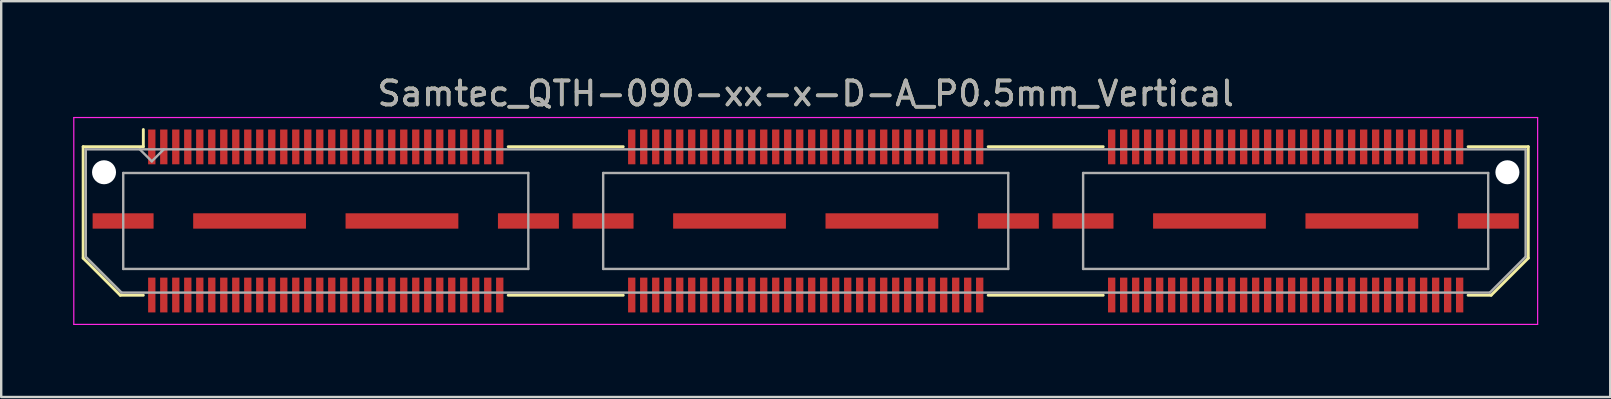
<source format=kicad_pcb>
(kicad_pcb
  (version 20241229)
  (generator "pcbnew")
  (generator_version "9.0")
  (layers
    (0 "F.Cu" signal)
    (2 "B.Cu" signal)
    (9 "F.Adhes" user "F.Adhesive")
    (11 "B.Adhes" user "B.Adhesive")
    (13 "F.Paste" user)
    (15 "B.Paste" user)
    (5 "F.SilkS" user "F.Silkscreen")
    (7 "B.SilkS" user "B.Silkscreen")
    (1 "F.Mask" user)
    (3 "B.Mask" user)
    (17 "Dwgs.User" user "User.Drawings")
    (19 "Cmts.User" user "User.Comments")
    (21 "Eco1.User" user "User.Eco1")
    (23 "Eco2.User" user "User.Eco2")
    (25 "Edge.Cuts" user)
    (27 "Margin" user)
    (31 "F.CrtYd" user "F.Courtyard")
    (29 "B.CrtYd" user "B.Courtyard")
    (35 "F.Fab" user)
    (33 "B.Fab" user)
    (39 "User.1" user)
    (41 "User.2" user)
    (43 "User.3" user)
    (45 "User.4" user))
  (footprint "Samtec_QTH-090-xx-x-D-A_P0.5mm_Vertical"
    (layer "F.Cu")
    (at 30.525 6.158)
    (property "Reference" "Samtec_QTH-090-xx-x-D-A_P0.5mm_Vertical" (at 0 -5.31 0) (layer "F.SilkS") (effects (font (size 1 1) (thickness 0.15))))
    (attr smd)
    (fp_line (start -30.11 -3.095) (end -30.11 1.548) (stroke (width 0.12) (type solid)) (layer "F.SilkS"))
    (fp_line (start -30.11 1.548) (end -28.562 3.095) (stroke (width 0.12) (type solid)) (layer "F.SilkS"))
    (fp_line (start -28.562 3.095) (end -27.602 3.095) (stroke (width 0.12) (type solid)) (layer "F.SilkS"))
    (fp_line (start -27.602 -3.811) (end -27.602 -3.095) (stroke (width 0.12) (type solid)) (layer "F.SilkS"))
    (fp_line (start -27.602 -3.095) (end -30.11 -3.095) (stroke (width 0.12) (type solid)) (layer "F.SilkS"))
    (fp_line (start -12.398 -3.095) (end -7.603 -3.095) (stroke (width 0.12) (type solid)) (layer "F.SilkS"))
    (fp_line (start -12.398 3.095) (end -7.603 3.095) (stroke (width 0.12) (type solid)) (layer "F.SilkS"))
    (fp_line (start 7.603 -3.095) (end 12.398 -3.095) (stroke (width 0.12) (type solid)) (layer "F.SilkS"))
    (fp_line (start 7.603 3.095) (end 12.398 3.095) (stroke (width 0.12) (type solid)) (layer "F.SilkS"))
    (fp_line (start 27.602 -3.095) (end 30.11 -3.095) (stroke (width 0.12) (type solid)) (layer "F.SilkS"))
    (fp_line (start 28.562 3.095) (end 27.602 3.095) (stroke (width 0.12) (type solid)) (layer "F.SilkS"))
    (fp_line (start 30.11 -3.095) (end 30.11 1.548) (stroke (width 0.12) (type solid)) (layer "F.SilkS"))
    (fp_line (start 30.11 1.548) (end 28.562 3.095) (stroke (width 0.12) (type solid)) (layer "F.SilkS"))
    (fp_line (start -30.5 -4.31) (end -30.5 4.31) (stroke (width 0.05) (type solid)) (layer "F.CrtYd"))
    (fp_line (start -30.5 4.31) (end 30.5 4.31) (stroke (width 0.05) (type solid)) (layer "F.CrtYd"))
    (fp_line (start 30.5 -4.31) (end -30.5 -4.31) (stroke (width 0.05) (type solid)) (layer "F.CrtYd"))
    (fp_line (start 30.5 4.31) (end 30.5 -4.31) (stroke (width 0.05) (type solid)) (layer "F.CrtYd"))
    (fp_line (start -30 -2.985) (end -30 1.492) (stroke (width 0.1) (type solid)) (layer "F.Fab"))
    (fp_line (start -30 -2.985) (end 30 -2.985) (stroke (width 0.1) (type solid)) (layer "F.Fab"))
    (fp_line (start -30 1.492) (end -28.508 2.985) (stroke (width 0.1) (type solid)) (layer "F.Fab"))
    (fp_line (start -28.508 2.985) (end 28.508 2.985) (stroke (width 0.1) (type solid)) (layer "F.Fab"))
    (fp_line (start -28.44 -2) (end -28.44 2) (stroke (width 0.1) (type solid)) (layer "F.Fab"))
    (fp_line (start -28.44 2) (end -11.56 2) (stroke (width 0.1) (type solid)) (layer "F.Fab"))
    (fp_line (start -27.25 -2.485) (end -27.75 -2.985) (stroke (width 0.1) (type solid)) (layer "F.Fab"))
    (fp_line (start -26.75 -2.985) (end -27.25 -2.485) (stroke (width 0.1) (type solid)) (layer "F.Fab"))
    (fp_line (start -11.56 -2) (end -28.44 -2) (stroke (width 0.1) (type solid)) (layer "F.Fab"))
    (fp_line (start -11.56 2) (end -11.56 -2) (stroke (width 0.1) (type solid)) (layer "F.Fab"))
    (fp_line (start -8.44 -2) (end -8.44 2) (stroke (width 0.1) (type solid)) (layer "F.Fab"))
    (fp_line (start -8.44 2) (end 8.44 2) (stroke (width 0.1) (type solid)) (layer "F.Fab"))
    (fp_line (start 8.44 -2) (end -8.44 -2) (stroke (width 0.1) (type solid)) (layer "F.Fab"))
    (fp_line (start 8.44 2) (end 8.44 -2) (stroke (width 0.1) (type solid)) (layer "F.Fab"))
    (fp_line (start 11.56 -2) (end 11.56 2) (stroke (width 0.1) (type solid)) (layer "F.Fab"))
    (fp_line (start 11.56 2) (end 28.44 2) (stroke (width 0.1) (type solid)) (layer "F.Fab"))
    (fp_line (start 28.44 -2) (end 11.56 -2) (stroke (width 0.1) (type solid)) (layer "F.Fab"))
    (fp_line (start 28.44 2) (end 28.44 -2) (stroke (width 0.1) (type solid)) (layer "F.Fab"))
    (fp_line (start 30 -2.985) (end 30 1.492) (stroke (width 0.1) (type solid)) (layer "F.Fab"))
    (fp_line (start 30 1.492) (end 28.508 2.985) (stroke (width 0.1) (type solid)) (layer "F.Fab"))
    (fp_text user "${REFERENCE}" (at 0 -5.31 0) (layer "F.Fab") (effects (font (size 1 1) (thickness 0.15))))
    (pad "" np_thru_hole circle (at -29.24 -2.03) (size 1 1) (drill 1) (layers "*.Cu" "*.Mask"))
    (pad "" np_thru_hole circle (at 29.24 -2.03) (size 1 1) (drill 1) (layers "*.Cu" "*.Mask"))
    (pad "1" smd rect (at -27.25 -3.086) (size 0.305 1.45) (layers "F.Cu" "F.Mask" "F.Paste"))
    (pad "2" smd rect (at -27.25 3.086) (size 0.305 1.45) (layers "F.Cu" "F.Mask" "F.Paste"))
    (pad "3" smd rect (at -26.75 -3.086) (size 0.305 1.45) (layers "F.Cu" "F.Mask" "F.Paste"))
    (pad "4" smd rect (at -26.75 3.086) (size 0.305 1.45) (layers "F.Cu" "F.Mask" "F.Paste"))
    (pad "5" smd rect (at -26.25 -3.086) (size 0.305 1.45) (layers "F.Cu" "F.Mask" "F.Paste"))
    (pad "6" smd rect (at -26.25 3.086) (size 0.305 1.45) (layers "F.Cu" "F.Mask" "F.Paste"))
    (pad "7" smd rect (at -25.75 -3.086) (size 0.305 1.45) (layers "F.Cu" "F.Mask" "F.Paste"))
    (pad "8" smd rect (at -25.75 3.086) (size 0.305 1.45) (layers "F.Cu" "F.Mask" "F.Paste"))
    (pad "9" smd rect (at -25.25 -3.086) (size 0.305 1.45) (layers "F.Cu" "F.Mask" "F.Paste"))
    (pad "10" smd rect (at -25.25 3.086) (size 0.305 1.45) (layers "F.Cu" "F.Mask" "F.Paste"))
    (pad "11" smd rect (at -24.75 -3.086) (size 0.305 1.45) (layers "F.Cu" "F.Mask" "F.Paste"))
    (pad "12" smd rect (at -24.75 3.086) (size 0.305 1.45) (layers "F.Cu" "F.Mask" "F.Paste"))
    (pad "13" smd rect (at -24.25 -3.086) (size 0.305 1.45) (layers "F.Cu" "F.Mask" "F.Paste"))
    (pad "14" smd rect (at -24.25 3.086) (size 0.305 1.45) (layers "F.Cu" "F.Mask" "F.Paste"))
    (pad "15" smd rect (at -23.75 -3.086) (size 0.305 1.45) (layers "F.Cu" "F.Mask" "F.Paste"))
    (pad "16" smd rect (at -23.75 3.086) (size 0.305 1.45) (layers "F.Cu" "F.Mask" "F.Paste"))
    (pad "17" smd rect (at -23.25 -3.086) (size 0.305 1.45) (layers "F.Cu" "F.Mask" "F.Paste"))
    (pad "18" smd rect (at -23.25 3.086) (size 0.305 1.45) (layers "F.Cu" "F.Mask" "F.Paste"))
    (pad "19" smd rect (at -22.75 -3.086) (size 0.305 1.45) (layers "F.Cu" "F.Mask" "F.Paste"))
    (pad "20" smd rect (at -22.75 3.086) (size 0.305 1.45) (layers "F.Cu" "F.Mask" "F.Paste"))
    (pad "21" smd rect (at -22.25 -3.086) (size 0.305 1.45) (layers "F.Cu" "F.Mask" "F.Paste"))
    (pad "22" smd rect (at -22.25 3.086) (size 0.305 1.45) (layers "F.Cu" "F.Mask" "F.Paste"))
    (pad "23" smd rect (at -21.75 -3.086) (size 0.305 1.45) (layers "F.Cu" "F.Mask" "F.Paste"))
    (pad "24" smd rect (at -21.75 3.086) (size 0.305 1.45) (layers "F.Cu" "F.Mask" "F.Paste"))
    (pad "25" smd rect (at -21.25 -3.086) (size 0.305 1.45) (layers "F.Cu" "F.Mask" "F.Paste"))
    (pad "26" smd rect (at -21.25 3.086) (size 0.305 1.45) (layers "F.Cu" "F.Mask" "F.Paste"))
    (pad "27" smd rect (at -20.75 -3.086) (size 0.305 1.45) (layers "F.Cu" "F.Mask" "F.Paste"))
    (pad "28" smd rect (at -20.75 3.086) (size 0.305 1.45) (layers "F.Cu" "F.Mask" "F.Paste"))
    (pad "29" smd rect (at -20.25 -3.086) (size 0.305 1.45) (layers "F.Cu" "F.Mask" "F.Paste"))
    (pad "30" smd rect (at -20.25 3.086) (size 0.305 1.45) (layers "F.Cu" "F.Mask" "F.Paste"))
    (pad "31" smd rect (at -19.75 -3.086) (size 0.305 1.45) (layers "F.Cu" "F.Mask" "F.Paste"))
    (pad "32" smd rect (at -19.75 3.086) (size 0.305 1.45) (layers "F.Cu" "F.Mask" "F.Paste"))
    (pad "33" smd rect (at -19.25 -3.086) (size 0.305 1.45) (layers "F.Cu" "F.Mask" "F.Paste"))
    (pad "34" smd rect (at -19.25 3.086) (size 0.305 1.45) (layers "F.Cu" "F.Mask" "F.Paste"))
    (pad "35" smd rect (at -18.75 -3.086) (size 0.305 1.45) (layers "F.Cu" "F.Mask" "F.Paste"))
    (pad "36" smd rect (at -18.75 3.086) (size 0.305 1.45) (layers "F.Cu" "F.Mask" "F.Paste"))
    (pad "37" smd rect (at -18.25 -3.086) (size 0.305 1.45) (layers "F.Cu" "F.Mask" "F.Paste"))
    (pad "38" smd rect (at -18.25 3.086) (size 0.305 1.45) (layers "F.Cu" "F.Mask" "F.Paste"))
    (pad "39" smd rect (at -17.75 -3.086) (size 0.305 1.45) (layers "F.Cu" "F.Mask" "F.Paste"))
    (pad "40" smd rect (at -17.75 3.086) (size 0.305 1.45) (layers "F.Cu" "F.Mask" "F.Paste"))
    (pad "41" smd rect (at -17.25 -3.086) (size 0.305 1.45) (layers "F.Cu" "F.Mask" "F.Paste"))
    (pad "42" smd rect (at -17.25 3.086) (size 0.305 1.45) (layers "F.Cu" "F.Mask" "F.Paste"))
    (pad "43" smd rect (at -16.75 -3.086) (size 0.305 1.45) (layers "F.Cu" "F.Mask" "F.Paste"))
    (pad "44" smd rect (at -16.75 3.086) (size 0.305 1.45) (layers "F.Cu" "F.Mask" "F.Paste"))
    (pad "45" smd rect (at -16.25 -3.086) (size 0.305 1.45) (layers "F.Cu" "F.Mask" "F.Paste"))
    (pad "46" smd rect (at -16.25 3.086) (size 0.305 1.45) (layers "F.Cu" "F.Mask" "F.Paste"))
    (pad "47" smd rect (at -15.75 -3.086) (size 0.305 1.45) (layers "F.Cu" "F.Mask" "F.Paste"))
    (pad "48" smd rect (at -15.75 3.086) (size 0.305 1.45) (layers "F.Cu" "F.Mask" "F.Paste"))
    (pad "49" smd rect (at -15.25 -3.086) (size 0.305 1.45) (layers "F.Cu" "F.Mask" "F.Paste"))
    (pad "50" smd rect (at -15.25 3.086) (size 0.305 1.45) (layers "F.Cu" "F.Mask" "F.Paste"))
    (pad "51" smd rect (at -14.75 -3.086) (size 0.305 1.45) (layers "F.Cu" "F.Mask" "F.Paste"))
    (pad "52" smd rect (at -14.75 3.086) (size 0.305 1.45) (layers "F.Cu" "F.Mask" "F.Paste"))
    (pad "53" smd rect (at -14.25 -3.086) (size 0.305 1.45) (layers "F.Cu" "F.Mask" "F.Paste"))
    (pad "54" smd rect (at -14.25 3.086) (size 0.305 1.45) (layers "F.Cu" "F.Mask" "F.Paste"))
    (pad "55" smd rect (at -13.75 -3.086) (size 0.305 1.45) (layers "F.Cu" "F.Mask" "F.Paste"))
    (pad "56" smd rect (at -13.75 3.086) (size 0.305 1.45) (layers "F.Cu" "F.Mask" "F.Paste"))
    (pad "57" smd rect (at -13.25 -3.086) (size 0.305 1.45) (layers "F.Cu" "F.Mask" "F.Paste"))
    (pad "58" smd rect (at -13.25 3.086) (size 0.305 1.45) (layers "F.Cu" "F.Mask" "F.Paste"))
    (pad "59" smd rect (at -12.75 -3.086) (size 0.305 1.45) (layers "F.Cu" "F.Mask" "F.Paste"))
    (pad "60" smd rect (at -12.75 3.086) (size 0.305 1.45) (layers "F.Cu" "F.Mask" "F.Paste"))
    (pad "61" smd rect (at -7.25 -3.086) (size 0.305 1.45) (layers "F.Cu" "F.Mask" "F.Paste"))
    (pad "62" smd rect (at -7.25 3.086) (size 0.305 1.45) (layers "F.Cu" "F.Mask" "F.Paste"))
    (pad "63" smd rect (at -6.75 -3.086) (size 0.305 1.45) (layers "F.Cu" "F.Mask" "F.Paste"))
    (pad "64" smd rect (at -6.75 3.086) (size 0.305 1.45) (layers "F.Cu" "F.Mask" "F.Paste"))
    (pad "65" smd rect (at -6.25 -3.086) (size 0.305 1.45) (layers "F.Cu" "F.Mask" "F.Paste"))
    (pad "66" smd rect (at -6.25 3.086) (size 0.305 1.45) (layers "F.Cu" "F.Mask" "F.Paste"))
    (pad "67" smd rect (at -5.75 -3.086) (size 0.305 1.45) (layers "F.Cu" "F.Mask" "F.Paste"))
    (pad "68" smd rect (at -5.75 3.086) (size 0.305 1.45) (layers "F.Cu" "F.Mask" "F.Paste"))
    (pad "69" smd rect (at -5.25 -3.086) (size 0.305 1.45) (layers "F.Cu" "F.Mask" "F.Paste"))
    (pad "70" smd rect (at -5.25 3.086) (size 0.305 1.45) (layers "F.Cu" "F.Mask" "F.Paste"))
    (pad "71" smd rect (at -4.75 -3.086) (size 0.305 1.45) (layers "F.Cu" "F.Mask" "F.Paste"))
    (pad "72" smd rect (at -4.75 3.086) (size 0.305 1.45) (layers "F.Cu" "F.Mask" "F.Paste"))
    (pad "73" smd rect (at -4.25 -3.086) (size 0.305 1.45) (layers "F.Cu" "F.Mask" "F.Paste"))
    (pad "74" smd rect (at -4.25 3.086) (size 0.305 1.45) (layers "F.Cu" "F.Mask" "F.Paste"))
    (pad "75" smd rect (at -3.75 -3.086) (size 0.305 1.45) (layers "F.Cu" "F.Mask" "F.Paste"))
    (pad "76" smd rect (at -3.75 3.086) (size 0.305 1.45) (layers "F.Cu" "F.Mask" "F.Paste"))
    (pad "77" smd rect (at -3.25 -3.086) (size 0.305 1.45) (layers "F.Cu" "F.Mask" "F.Paste"))
    (pad "78" smd rect (at -3.25 3.086) (size 0.305 1.45) (layers "F.Cu" "F.Mask" "F.Paste"))
    (pad "79" smd rect (at -2.75 -3.086) (size 0.305 1.45) (layers "F.Cu" "F.Mask" "F.Paste"))
    (pad "80" smd rect (at -2.75 3.086) (size 0.305 1.45) (layers "F.Cu" "F.Mask" "F.Paste"))
    (pad "81" smd rect (at -2.25 -3.086) (size 0.305 1.45) (layers "F.Cu" "F.Mask" "F.Paste"))
    (pad "82" smd rect (at -2.25 3.086) (size 0.305 1.45) (layers "F.Cu" "F.Mask" "F.Paste"))
    (pad "83" smd rect (at -1.75 -3.086) (size 0.305 1.45) (layers "F.Cu" "F.Mask" "F.Paste"))
    (pad "84" smd rect (at -1.75 3.086) (size 0.305 1.45) (layers "F.Cu" "F.Mask" "F.Paste"))
    (pad "85" smd rect (at -1.25 -3.086) (size 0.305 1.45) (layers "F.Cu" "F.Mask" "F.Paste"))
    (pad "86" smd rect (at -1.25 3.086) (size 0.305 1.45) (layers "F.Cu" "F.Mask" "F.Paste"))
    (pad "87" smd rect (at -0.75 -3.086) (size 0.305 1.45) (layers "F.Cu" "F.Mask" "F.Paste"))
    (pad "88" smd rect (at -0.75 3.086) (size 0.305 1.45) (layers "F.Cu" "F.Mask" "F.Paste"))
    (pad "89" smd rect (at -0.25 -3.086) (size 0.305 1.45) (layers "F.Cu" "F.Mask" "F.Paste"))
    (pad "90" smd rect (at -0.25 3.086) (size 0.305 1.45) (layers "F.Cu" "F.Mask" "F.Paste"))
    (pad "91" smd rect (at 0.25 -3.086) (size 0.305 1.45) (layers "F.Cu" "F.Mask" "F.Paste"))
    (pad "92" smd rect (at 0.25 3.086) (size 0.305 1.45) (layers "F.Cu" "F.Mask" "F.Paste"))
    (pad "93" smd rect (at 0.75 -3.086) (size 0.305 1.45) (layers "F.Cu" "F.Mask" "F.Paste"))
    (pad "94" smd rect (at 0.75 3.086) (size 0.305 1.45) (layers "F.Cu" "F.Mask" "F.Paste"))
    (pad "95" smd rect (at 1.25 -3.086) (size 0.305 1.45) (layers "F.Cu" "F.Mask" "F.Paste"))
    (pad "96" smd rect (at 1.25 3.086) (size 0.305 1.45) (layers "F.Cu" "F.Mask" "F.Paste"))
    (pad "97" smd rect (at 1.75 -3.086) (size 0.305 1.45) (layers "F.Cu" "F.Mask" "F.Paste"))
    (pad "98" smd rect (at 1.75 3.086) (size 0.305 1.45) (layers "F.Cu" "F.Mask" "F.Paste"))
    (pad "99" smd rect (at 2.25 -3.086) (size 0.305 1.45) (layers "F.Cu" "F.Mask" "F.Paste"))
    (pad "100" smd rect (at 2.25 3.086) (size 0.305 1.45) (layers "F.Cu" "F.Mask" "F.Paste"))
    (pad "101" smd rect (at 2.75 -3.086) (size 0.305 1.45) (layers "F.Cu" "F.Mask" "F.Paste"))
    (pad "102" smd rect (at 2.75 3.086) (size 0.305 1.45) (layers "F.Cu" "F.Mask" "F.Paste"))
    (pad "103" smd rect (at 3.25 -3.086) (size 0.305 1.45) (layers "F.Cu" "F.Mask" "F.Paste"))
    (pad "104" smd rect (at 3.25 3.086) (size 0.305 1.45) (layers "F.Cu" "F.Mask" "F.Paste"))
    (pad "105" smd rect (at 3.75 -3.086) (size 0.305 1.45) (layers "F.Cu" "F.Mask" "F.Paste"))
    (pad "106" smd rect (at 3.75 3.086) (size 0.305 1.45) (layers "F.Cu" "F.Mask" "F.Paste"))
    (pad "107" smd rect (at 4.25 -3.086) (size 0.305 1.45) (layers "F.Cu" "F.Mask" "F.Paste"))
    (pad "108" smd rect (at 4.25 3.086) (size 0.305 1.45) (layers "F.Cu" "F.Mask" "F.Paste"))
    (pad "109" smd rect (at 4.75 -3.086) (size 0.305 1.45) (layers "F.Cu" "F.Mask" "F.Paste"))
    (pad "110" smd rect (at 4.75 3.086) (size 0.305 1.45) (layers "F.Cu" "F.Mask" "F.Paste"))
    (pad "111" smd rect (at 5.25 -3.086) (size 0.305 1.45) (layers "F.Cu" "F.Mask" "F.Paste"))
    (pad "112" smd rect (at 5.25 3.086) (size 0.305 1.45) (layers "F.Cu" "F.Mask" "F.Paste"))
    (pad "113" smd rect (at 5.75 -3.086) (size 0.305 1.45) (layers "F.Cu" "F.Mask" "F.Paste"))
    (pad "114" smd rect (at 5.75 3.086) (size 0.305 1.45) (layers "F.Cu" "F.Mask" "F.Paste"))
    (pad "115" smd rect (at 6.25 -3.086) (size 0.305 1.45) (layers "F.Cu" "F.Mask" "F.Paste"))
    (pad "116" smd rect (at 6.25 3.086) (size 0.305 1.45) (layers "F.Cu" "F.Mask" "F.Paste"))
    (pad "117" smd rect (at 6.75 -3.086) (size 0.305 1.45) (layers "F.Cu" "F.Mask" "F.Paste"))
    (pad "118" smd rect (at 6.75 3.086) (size 0.305 1.45) (layers "F.Cu" "F.Mask" "F.Paste"))
    (pad "119" smd rect (at 7.25 -3.086) (size 0.305 1.45) (layers "F.Cu" "F.Mask" "F.Paste"))
    (pad "120" smd rect (at 7.25 3.086) (size 0.305 1.45) (layers "F.Cu" "F.Mask" "F.Paste"))
    (pad "121" smd rect (at 12.75 -3.086) (size 0.305 1.45) (layers "F.Cu" "F.Mask" "F.Paste"))
    (pad "122" smd rect (at 12.75 3.086) (size 0.305 1.45) (layers "F.Cu" "F.Mask" "F.Paste"))
    (pad "123" smd rect (at 13.25 -3.086) (size 0.305 1.45) (layers "F.Cu" "F.Mask" "F.Paste"))
    (pad "124" smd rect (at 13.25 3.086) (size 0.305 1.45) (layers "F.Cu" "F.Mask" "F.Paste"))
    (pad "125" smd rect (at 13.75 -3.086) (size 0.305 1.45) (layers "F.Cu" "F.Mask" "F.Paste"))
    (pad "126" smd rect (at 13.75 3.086) (size 0.305 1.45) (layers "F.Cu" "F.Mask" "F.Paste"))
    (pad "127" smd rect (at 14.25 -3.086) (size 0.305 1.45) (layers "F.Cu" "F.Mask" "F.Paste"))
    (pad "128" smd rect (at 14.25 3.086) (size 0.305 1.45) (layers "F.Cu" "F.Mask" "F.Paste"))
    (pad "129" smd rect (at 14.75 -3.086) (size 0.305 1.45) (layers "F.Cu" "F.Mask" "F.Paste"))
    (pad "130" smd rect (at 14.75 3.086) (size 0.305 1.45) (layers "F.Cu" "F.Mask" "F.Paste"))
    (pad "131" smd rect (at 15.25 -3.086) (size 0.305 1.45) (layers "F.Cu" "F.Mask" "F.Paste"))
    (pad "132" smd rect (at 15.25 3.086) (size 0.305 1.45) (layers "F.Cu" "F.Mask" "F.Paste"))
    (pad "133" smd rect (at 15.75 -3.086) (size 0.305 1.45) (layers "F.Cu" "F.Mask" "F.Paste"))
    (pad "134" smd rect (at 15.75 3.086) (size 0.305 1.45) (layers "F.Cu" "F.Mask" "F.Paste"))
    (pad "135" smd rect (at 16.25 -3.086) (size 0.305 1.45) (layers "F.Cu" "F.Mask" "F.Paste"))
    (pad "136" smd rect (at 16.25 3.086) (size 0.305 1.45) (layers "F.Cu" "F.Mask" "F.Paste"))
    (pad "137" smd rect (at 16.75 -3.086) (size 0.305 1.45) (layers "F.Cu" "F.Mask" "F.Paste"))
    (pad "138" smd rect (at 16.75 3.086) (size 0.305 1.45) (layers "F.Cu" "F.Mask" "F.Paste"))
    (pad "139" smd rect (at 17.25 -3.086) (size 0.305 1.45) (layers "F.Cu" "F.Mask" "F.Paste"))
    (pad "140" smd rect (at 17.25 3.086) (size 0.305 1.45) (layers "F.Cu" "F.Mask" "F.Paste"))
    (pad "141" smd rect (at 17.75 -3.086) (size 0.305 1.45) (layers "F.Cu" "F.Mask" "F.Paste"))
    (pad "142" smd rect (at 17.75 3.086) (size 0.305 1.45) (layers "F.Cu" "F.Mask" "F.Paste"))
    (pad "143" smd rect (at 18.25 -3.086) (size 0.305 1.45) (layers "F.Cu" "F.Mask" "F.Paste"))
    (pad "144" smd rect (at 18.25 3.086) (size 0.305 1.45) (layers "F.Cu" "F.Mask" "F.Paste"))
    (pad "145" smd rect (at 18.75 -3.086) (size 0.305 1.45) (layers "F.Cu" "F.Mask" "F.Paste"))
    (pad "146" smd rect (at 18.75 3.086) (size 0.305 1.45) (layers "F.Cu" "F.Mask" "F.Paste"))
    (pad "147" smd rect (at 19.25 -3.086) (size 0.305 1.45) (layers "F.Cu" "F.Mask" "F.Paste"))
    (pad "148" smd rect (at 19.25 3.086) (size 0.305 1.45) (layers "F.Cu" "F.Mask" "F.Paste"))
    (pad "149" smd rect (at 19.75 -3.086) (size 0.305 1.45) (layers "F.Cu" "F.Mask" "F.Paste"))
    (pad "150" smd rect (at 19.75 3.086) (size 0.305 1.45) (layers "F.Cu" "F.Mask" "F.Paste"))
    (pad "151" smd rect (at 20.25 -3.086) (size 0.305 1.45) (layers "F.Cu" "F.Mask" "F.Paste"))
    (pad "152" smd rect (at 20.25 3.086) (size 0.305 1.45) (layers "F.Cu" "F.Mask" "F.Paste"))
    (pad "153" smd rect (at 20.75 -3.086) (size 0.305 1.45) (layers "F.Cu" "F.Mask" "F.Paste"))
    (pad "154" smd rect (at 20.75 3.086) (size 0.305 1.45) (layers "F.Cu" "F.Mask" "F.Paste"))
    (pad "155" smd rect (at 21.25 -3.086) (size 0.305 1.45) (layers "F.Cu" "F.Mask" "F.Paste"))
    (pad "156" smd rect (at 21.25 3.086) (size 0.305 1.45) (layers "F.Cu" "F.Mask" "F.Paste"))
    (pad "157" smd rect (at 21.75 -3.086) (size 0.305 1.45) (layers "F.Cu" "F.Mask" "F.Paste"))
    (pad "158" smd rect (at 21.75 3.086) (size 0.305 1.45) (layers "F.Cu" "F.Mask" "F.Paste"))
    (pad "159" smd rect (at 22.25 -3.086) (size 0.305 1.45) (layers "F.Cu" "F.Mask" "F.Paste"))
    (pad "160" smd rect (at 22.25 3.086) (size 0.305 1.45) (layers "F.Cu" "F.Mask" "F.Paste"))
    (pad "161" smd rect (at 22.75 -3.086) (size 0.305 1.45) (layers "F.Cu" "F.Mask" "F.Paste"))
    (pad "162" smd rect (at 22.75 3.086) (size 0.305 1.45) (layers "F.Cu" "F.Mask" "F.Paste"))
    (pad "163" smd rect (at 23.25 -3.086) (size 0.305 1.45) (layers "F.Cu" "F.Mask" "F.Paste"))
    (pad "164" smd rect (at 23.25 3.086) (size 0.305 1.45) (layers "F.Cu" "F.Mask" "F.Paste"))
    (pad "165" smd rect (at 23.75 -3.086) (size 0.305 1.45) (layers "F.Cu" "F.Mask" "F.Paste"))
    (pad "166" smd rect (at 23.75 3.086) (size 0.305 1.45) (layers "F.Cu" "F.Mask" "F.Paste"))
    (pad "167" smd rect (at 24.25 -3.086) (size 0.305 1.45) (layers "F.Cu" "F.Mask" "F.Paste"))
    (pad "168" smd rect (at 24.25 3.086) (size 0.305 1.45) (layers "F.Cu" "F.Mask" "F.Paste"))
    (pad "169" smd rect (at 24.75 -3.086) (size 0.305 1.45) (layers "F.Cu" "F.Mask" "F.Paste"))
    (pad "170" smd rect (at 24.75 3.086) (size 0.305 1.45) (layers "F.Cu" "F.Mask" "F.Paste"))
    (pad "171" smd rect (at 25.25 -3.086) (size 0.305 1.45) (layers "F.Cu" "F.Mask" "F.Paste"))
    (pad "172" smd rect (at 25.25 3.086) (size 0.305 1.45) (layers "F.Cu" "F.Mask" "F.Paste"))
    (pad "173" smd rect (at 25.75 -3.086) (size 0.305 1.45) (layers "F.Cu" "F.Mask" "F.Paste"))
    (pad "174" smd rect (at 25.75 3.086) (size 0.305 1.45) (layers "F.Cu" "F.Mask" "F.Paste"))
    (pad "175" smd rect (at 26.25 -3.086) (size 0.305 1.45) (layers "F.Cu" "F.Mask" "F.Paste"))
    (pad "176" smd rect (at 26.25 3.086) (size 0.305 1.45) (layers "F.Cu" "F.Mask" "F.Paste"))
    (pad "177" smd rect (at 26.75 -3.086) (size 0.305 1.45) (layers "F.Cu" "F.Mask" "F.Paste"))
    (pad "178" smd rect (at 26.75 3.086) (size 0.305 1.45) (layers "F.Cu" "F.Mask" "F.Paste"))
    (pad "179" smd rect (at 27.25 -3.086) (size 0.305 1.45) (layers "F.Cu" "F.Mask" "F.Paste"))
    (pad "180" smd rect (at 27.25 3.086) (size 0.305 1.45) (layers "F.Cu" "F.Mask" "F.Paste"))
    (pad "P1" smd rect (at -28.445 0) (size 2.54 0.64) (layers "F.Cu" "F.Mask" "F.Paste"))
    (pad "P1" smd rect (at -23.175 0) (size 4.7 0.64) (layers "F.Cu" "F.Mask" "F.Paste"))
    (pad "P1" smd rect (at -16.825 0) (size 4.7 0.64) (layers "F.Cu" "F.Mask" "F.Paste"))
    (pad "P1" smd rect (at -11.555 0) (size 2.54 0.64) (layers "F.Cu" "F.Mask" "F.Paste"))
    (pad "P2" smd rect (at -8.445 0) (size 2.54 0.64) (layers "F.Cu" "F.Mask" "F.Paste"))
    (pad "P2" smd rect (at -3.175 0) (size 4.7 0.64) (layers "F.Cu" "F.Mask" "F.Paste"))
    (pad "P2" smd rect (at 3.175 0) (size 4.7 0.64) (layers "F.Cu" "F.Mask" "F.Paste"))
    (pad "P2" smd rect (at 8.445 0) (size 2.54 0.64) (layers "F.Cu" "F.Mask" "F.Paste"))
    (pad "P3" smd rect (at 11.555 0) (size 2.54 0.64) (layers "F.Cu" "F.Mask" "F.Paste"))
    (pad "P3" smd rect (at 16.825 0) (size 4.7 0.64) (layers "F.Cu" "F.Mask" "F.Paste"))
    (pad "P3" smd rect (at 23.175 0) (size 4.7 0.64) (layers "F.Cu" "F.Mask" "F.Paste"))
    (pad "P3" smd rect (at 28.445 0) (size 2.54 0.64) (layers "F.Cu" "F.Mask" "F.Paste")))
  (gr_rect
    (start -3 -3)
    (end 64.05 13.493)
    (stroke (width 0.1) (type default))
    (fill no)
    (layer "Edge.Cuts")))
</source>
